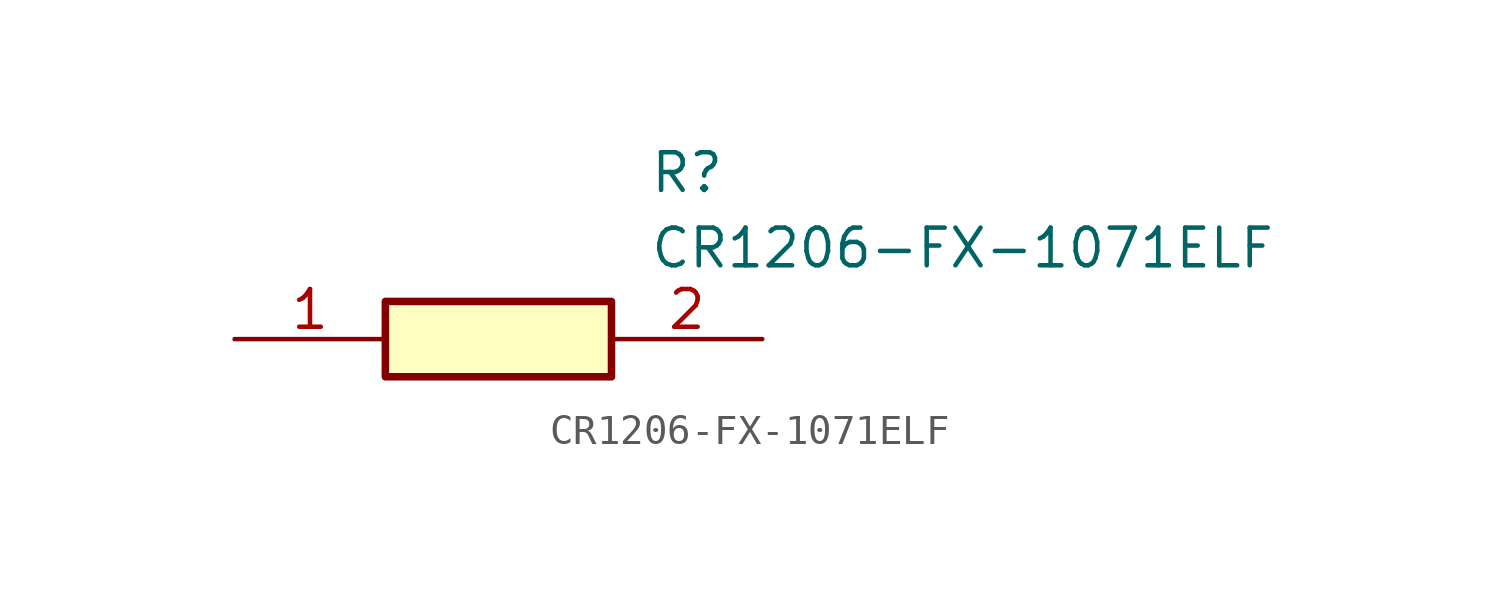
<source format=kicad_sym>
(kicad_symbol_lib
  (version 20211014)
  (generator SamacSys_ECAD_Model)
  (symbol "CR1206-FX-1071ELF"
    (pin_names hide)
    (property "Reference" "R"
      (at 13.97 6.35 0)
      (effects (font (size 1.27 1.27)) (justify left top)))
    (property "Value" "CR1206-FX-1071ELF"
      (at 13.97 3.81 0)
      (effects (font (size 1.27 1.27)) (justify left top)))
    (rectangle
      (start 5.08 1.27)
      (end 12.7 -1.27)
      (stroke (width 0.254) (type default))
      (fill (type background)))
    (pin passive line
      (at 0 0 0)
      (length 5.08)
      (name "1" (effects (font (size 1.27 1.27))))
      (number "1" (effects (font (size 1.27 1.27)))))
    (pin passive line
      (at 17.78 0 180)
      (length 5.08)
      (name "2" (effects (font (size 1.27 1.27))))
      (number "2" (effects (font (size 1.27 1.27)))))))
</source>
